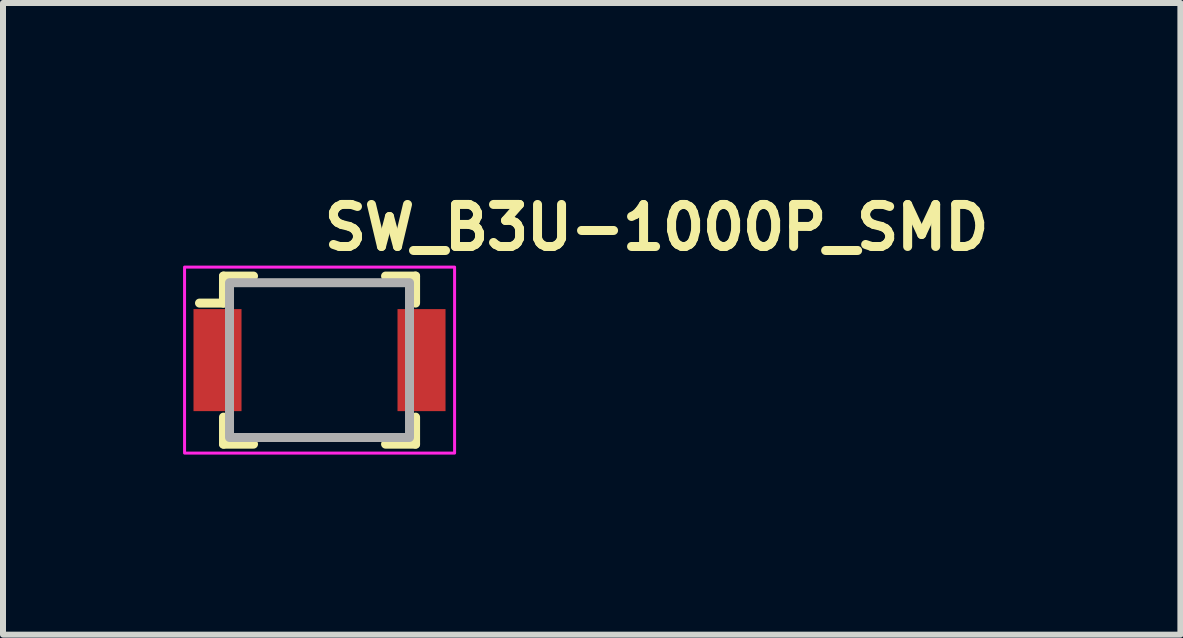
<source format=kicad_pcb>
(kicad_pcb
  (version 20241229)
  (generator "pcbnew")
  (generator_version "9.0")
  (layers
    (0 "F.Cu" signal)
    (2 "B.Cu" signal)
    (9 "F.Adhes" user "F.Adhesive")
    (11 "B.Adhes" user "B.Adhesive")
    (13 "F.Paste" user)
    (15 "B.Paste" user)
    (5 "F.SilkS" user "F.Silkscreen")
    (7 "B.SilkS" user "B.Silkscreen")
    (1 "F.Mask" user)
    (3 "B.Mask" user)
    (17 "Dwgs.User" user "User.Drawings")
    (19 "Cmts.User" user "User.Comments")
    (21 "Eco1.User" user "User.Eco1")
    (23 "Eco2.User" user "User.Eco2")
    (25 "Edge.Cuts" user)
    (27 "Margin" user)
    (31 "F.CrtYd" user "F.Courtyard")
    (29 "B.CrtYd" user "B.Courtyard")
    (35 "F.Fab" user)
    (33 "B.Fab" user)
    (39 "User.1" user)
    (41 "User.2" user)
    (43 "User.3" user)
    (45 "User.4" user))
  (footprint "SW_B3U-1000P_SMD"
    (layer "F.Cu")
    (at 2.274 2.95)
    (property "Reference" "SW_B3U-1000P_SMD" (at 0 -1.8 0) (layer "F.SilkS") (effects (font (size 0.7 0.7) (thickness 0.15)) (justify left bottom)))
    (attr smd)
    (fp_line (start -1.601 -0.95) (end -2 -0.95) (stroke (width 0.15) (type solid)) (layer "F.SilkS"))
    (fp_line (start -1.6 -1.4) (end -1.601 -0.95) (stroke (width 0.15) (type solid)) (layer "F.SilkS"))
    (fp_line (start -1.6 -1.4) (end -1.1 -1.4) (stroke (width 0.15) (type solid)) (layer "F.SilkS"))
    (fp_line (start -1.6 1.4) (end -1.6 0.95) (stroke (width 0.15) (type solid)) (layer "F.SilkS"))
    (fp_line (start -1.6 1.4) (end -1.1 1.4) (stroke (width 0.15) (type solid)) (layer "F.SilkS"))
    (fp_line (start 1.6 -1.4) (end 1.1 -1.4) (stroke (width 0.15) (type solid)) (layer "F.SilkS"))
    (fp_line (start 1.6 -1.4) (end 1.6 -0.95) (stroke (width 0.15) (type solid)) (layer "F.SilkS"))
    (fp_line (start 1.6 1.4) (end 1.1 1.4) (stroke (width 0.15) (type solid)) (layer "F.SilkS"))
    (fp_line (start 1.6 1.4) (end 1.6 0.95) (stroke (width 0.15) (type solid)) (layer "F.SilkS"))
    (fp_rect (start -2.249 -1.55) (end 2.25 1.549) (stroke (width 0.05) (type solid)) (fill no) (layer "F.CrtYd"))
    (fp_rect (start -1.5 -1.29) (end 1.499 1.289) (stroke (width 0.15) (type solid)) (fill no) (layer "F.Fab"))
    (fp_rect (start -2 -1.25) (end 1.999 1.249) (stroke (width 0.1) (type solid)) (fill no) (layer "User.5"))
    (fp_line (start -2 -0.701) (end -2 0.699) (stroke (width 0.02) (type solid)) (layer "User.9"))
    (fp_line (start -2 -0.701) (end -1.95 -0.652) (stroke (width 0.02) (type solid)) (layer "User.9"))
    (fp_line (start -2 0.699) (end -1.95 0.65) (stroke (width 0.02) (type solid)) (layer "User.9"))
    (fp_line (start -2 0.699) (end -1.5 0.699) (stroke (width 0.02) (type solid)) (layer "User.9"))
    (fp_line (start -1.5 -1) (end -1.5 -1.25) (stroke (width 0.02) (type solid)) (layer "User.9"))
    (fp_line (start -1.5 -1) (end -1.22 -1) (stroke (width 0.02) (type solid)) (layer "User.9"))
    (fp_line (start -1.5 -0.701) (end -2 -0.701) (stroke (width 0.02) (type solid)) (layer "User.9"))
    (fp_line (start -1.5 0.998) (end -1.5 -1) (stroke (width 0.02) (type solid)) (layer "User.9"))
    (fp_line (start -1.5 1.249) (end -1.5 0.998) (stroke (width 0.02) (type solid)) (layer "User.9"))
    (fp_line (start -1.22 -1.25) (end -1.5 -1.25) (stroke (width 0.02) (type solid)) (layer "User.9"))
    (fp_line (start -1.22 -1.25) (end -1.22 -1.151) (stroke (width 0.02) (type solid)) (layer "User.9"))
    (fp_line (start -1.22 -1) (end -1.22 -1.151) (stroke (width 0.02) (type solid)) (layer "User.9"))
    (fp_line (start -1.22 0.998) (end -1.5 0.998) (stroke (width 0.02) (type solid)) (layer "User.9"))
    (fp_line (start -1.22 1.148) (end -1.22 0.998) (stroke (width 0.02) (type solid)) (layer "User.9"))
    (fp_line (start -1.22 1.148) (end -1.22 1.249) (stroke (width 0.02) (type solid)) (layer "User.9"))
    (fp_line (start -1.22 1.249) (end -1.5 1.249) (stroke (width 0.02) (type solid)) (layer "User.9"))
    (fp_line (start -1.22 1.249) (end 1.219 1.249) (stroke (width 0.02) (type solid)) (layer "User.9"))
    (fp_line (start -0.802 0) (end -0.8 0.051) (stroke (width 0.02) (type solid)) (layer "User.9"))
    (fp_line (start -0.8 -0.053) (end -0.802 0) (stroke (width 0.02) (type solid)) (layer "User.9"))
    (fp_line (start -0.8 0.051) (end -0.795 0.103) (stroke (width 0.02) (type solid)) (layer "User.9"))
    (fp_line (start -0.795 -0.105) (end -0.8 -0.053) (stroke (width 0.02) (type solid)) (layer "User.9"))
    (fp_line (start -0.795 0.103) (end -0.786 0.153) (stroke (width 0.02) (type solid)) (layer "User.9"))
    (fp_line (start -0.786 -0.155) (end -0.795 -0.105) (stroke (width 0.02) (type solid)) (layer "User.9"))
    (fp_line (start -0.786 0.153) (end -0.775 0.205) (stroke (width 0.02) (type solid)) (layer "User.9"))
    (fp_line (start -0.775 -0.207) (end -0.786 -0.155) (stroke (width 0.02) (type solid)) (layer "User.9"))
    (fp_line (start -0.775 0.205) (end -0.759 0.254) (stroke (width 0.02) (type solid)) (layer "User.9"))
    (fp_line (start -0.759 -0.256) (end -0.775 -0.207) (stroke (width 0.02) (type solid)) (layer "User.9"))
    (fp_line (start -0.759 0.254) (end -0.74 0.303) (stroke (width 0.02) (type solid)) (layer "User.9"))
    (fp_line (start -0.755 -0.014) (end -0.751 -0.073) (stroke (width 0.02) (type solid)) (layer "User.9"))
    (fp_line (start -0.754 0.045) (end -0.755 -0.014) (stroke (width 0.02) (type solid)) (layer "User.9"))
    (fp_line (start -0.751 -0.073) (end -0.743 -0.133) (stroke (width 0.02) (type solid)) (layer "User.9"))
    (fp_line (start -0.747 0.105) (end -0.754 0.045) (stroke (width 0.02) (type solid)) (layer "User.9"))
    (fp_line (start -0.743 -0.133) (end -0.731 -0.189) (stroke (width 0.02) (type solid)) (layer "User.9"))
    (fp_line (start -0.74 -0.305) (end -0.759 -0.256) (stroke (width 0.02) (type solid)) (layer "User.9"))
    (fp_line (start -0.74 0.303) (end -0.718 0.351) (stroke (width 0.02) (type solid)) (layer "User.9"))
    (fp_line (start -0.737 0.165) (end -0.747 0.105) (stroke (width 0.02) (type solid)) (layer "User.9"))
    (fp_line (start -0.731 -0.189) (end -0.714 -0.246) (stroke (width 0.02) (type solid)) (layer "User.9"))
    (fp_line (start -0.721 0.225) (end -0.737 0.165) (stroke (width 0.02) (type solid)) (layer "User.9"))
    (fp_line (start -0.721 0.225) (end -0.721 0.225) (stroke (width 0.02) (type solid)) (layer "User.9"))
    (fp_line (start -0.718 -0.353) (end -0.74 -0.305) (stroke (width 0.02) (type solid)) (layer "User.9"))
    (fp_line (start -0.718 0.351) (end -0.694 0.4) (stroke (width 0.02) (type solid)) (layer "User.9"))
    (fp_line (start -0.714 -0.246) (end -0.694 -0.301) (stroke (width 0.02) (type solid)) (layer "User.9"))
    (fp_line (start -0.711 0.253) (end -0.721 0.225) (stroke (width 0.02) (type solid)) (layer "User.9"))
    (fp_line (start -0.701 0.282) (end -0.711 0.253) (stroke (width 0.02) (type solid)) (layer "User.9"))
    (fp_line (start -0.694 -0.402) (end -0.718 -0.353) (stroke (width 0.02) (type solid)) (layer "User.9"))
    (fp_line (start -0.694 -0.402) (end -0.694 -0.402) (stroke (width 0.02) (type solid)) (layer "User.9"))
    (fp_line (start -0.694 -0.301) (end -0.668 -0.354) (stroke (width 0.02) (type solid)) (layer "User.9"))
    (fp_line (start -0.694 0.4) (end -0.694 0.4) (stroke (width 0.02) (type solid)) (layer "User.9"))
    (fp_line (start -0.694 0.4) (end -0.681 0.421) (stroke (width 0.02) (type solid)) (layer "User.9"))
    (fp_line (start -0.681 0.421) (end -0.666 0.444) (stroke (width 0.02) (type solid)) (layer "User.9"))
    (fp_line (start -0.676 0.338) (end -0.701 0.282) (stroke (width 0.02) (type solid)) (layer "User.9"))
    (fp_line (start -0.668 -0.354) (end -0.637 -0.406) (stroke (width 0.02) (type solid)) (layer "User.9"))
    (fp_line (start -0.666 -0.446) (end -0.694 -0.402) (stroke (width 0.02) (type solid)) (layer "User.9"))
    (fp_line (start -0.666 0.444) (end -0.651 0.467) (stroke (width 0.02) (type solid)) (layer "User.9"))
    (fp_line (start -0.651 0.467) (end -0.634 0.487) (stroke (width 0.02) (type solid)) (layer "User.9"))
    (fp_line (start -0.647 0.39) (end -0.676 0.338) (stroke (width 0.02) (type solid)) (layer "User.9"))
    (fp_line (start -0.637 -0.406) (end -0.604 -0.455) (stroke (width 0.02) (type solid)) (layer "User.9"))
    (fp_line (start -0.634 -0.489) (end -0.666 -0.446) (stroke (width 0.02) (type solid)) (layer "User.9"))
    (fp_line (start -0.634 0.487) (end -0.618 0.507) (stroke (width 0.02) (type solid)) (layer "User.9"))
    (fp_line (start -0.618 0.507) (end -0.601 0.528) (stroke (width 0.02) (type solid)) (layer "User.9"))
    (fp_line (start -0.613 0.439) (end -0.647 0.39) (stroke (width 0.02) (type solid)) (layer "User.9"))
    (fp_line (start -0.604 -0.455) (end -0.567 -0.5) (stroke (width 0.02) (type solid)) (layer "User.9"))
    (fp_line (start -0.601 -0.53) (end -0.634 -0.489) (stroke (width 0.02) (type solid)) (layer "User.9"))
    (fp_line (start -0.601 0.528) (end -0.583 0.548) (stroke (width 0.02) (type solid)) (layer "User.9"))
    (fp_line (start -0.583 0.548) (end -0.566 0.566) (stroke (width 0.02) (type solid)) (layer "User.9"))
    (fp_line (start -0.577 0.486) (end -0.613 0.439) (stroke (width 0.02) (type solid)) (layer "User.9"))
    (fp_line (start -0.567 -0.5) (end -0.525 -0.544) (stroke (width 0.02) (type solid)) (layer "User.9"))
    (fp_line (start -0.566 -0.568) (end -0.601 -0.53) (stroke (width 0.02) (type solid)) (layer "User.9"))
    (fp_line (start -0.566 0.566) (end -0.547 0.584) (stroke (width 0.02) (type solid)) (layer "User.9"))
    (fp_line (start -0.547 0.584) (end -0.528 0.601) (stroke (width 0.02) (type solid)) (layer "User.9"))
    (fp_line (start -0.537 0.53) (end -0.577 0.486) (stroke (width 0.02) (type solid)) (layer "User.9"))
    (fp_line (start -0.528 -0.603) (end -0.566 -0.568) (stroke (width 0.02) (type solid)) (layer "User.9"))
    (fp_line (start -0.528 0.601) (end -0.507 0.618) (stroke (width 0.02) (type solid)) (layer "User.9"))
    (fp_line (start -0.525 -0.544) (end -0.48 -0.584) (stroke (width 0.02) (type solid)) (layer "User.9"))
    (fp_line (start -0.507 0.618) (end -0.487 0.634) (stroke (width 0.02) (type solid)) (layer "User.9"))
    (fp_line (start -0.493 0.571) (end -0.537 0.53) (stroke (width 0.02) (type solid)) (layer "User.9"))
    (fp_line (start -0.487 -0.636) (end -0.528 -0.603) (stroke (width 0.02) (type solid)) (layer "User.9"))
    (fp_line (start -0.487 0.634) (end -0.467 0.65) (stroke (width 0.02) (type solid)) (layer "User.9"))
    (fp_line (start -0.48 -0.584) (end -0.43 -0.621) (stroke (width 0.02) (type solid)) (layer "User.9"))
    (fp_line (start -0.467 0.65) (end -0.444 0.665) (stroke (width 0.02) (type solid)) (layer "User.9"))
    (fp_line (start -0.447 0.606) (end -0.493 0.571) (stroke (width 0.02) (type solid)) (layer "User.9"))
    (fp_line (start -0.444 -0.667) (end -0.487 -0.636) (stroke (width 0.02) (type solid)) (layer "User.9"))
    (fp_line (start -0.444 0.665) (end -0.423 0.679) (stroke (width 0.02) (type solid)) (layer "User.9"))
    (fp_line (start -0.423 0.679) (end -0.402 0.692) (stroke (width 0.02) (type solid)) (layer "User.9"))
    (fp_line (start -0.412 -0.562) (end -0.43 -0.621) (stroke (width 0.02) (type solid)) (layer "User.9"))
    (fp_line (start -0.402 -0.694) (end -0.444 -0.667) (stroke (width 0.02) (type solid)) (layer "User.9"))
    (fp_line (start -0.402 0.692) (end -0.378 0.704) (stroke (width 0.02) (type solid)) (layer "User.9"))
    (fp_line (start -0.4 0.64) (end -0.447 0.606) (stroke (width 0.02) (type solid)) (layer "User.9"))
    (fp_line (start -0.391 -0.497) (end -0.412 -0.562) (stroke (width 0.02) (type solid)) (layer "User.9"))
    (fp_line (start -0.378 0.704) (end -0.355 0.716) (stroke (width 0.02) (type solid)) (layer "User.9"))
    (fp_line (start -0.377 -0.461) (end -0.391 -0.497) (stroke (width 0.02) (type solid)) (layer "User.9"))
    (fp_line (start -0.362 -0.421) (end -0.377 -0.461) (stroke (width 0.02) (type solid)) (layer "User.9"))
    (fp_line (start -0.355 -0.718) (end -0.402 -0.694) (stroke (width 0.02) (type solid)) (layer "User.9"))
    (fp_line (start -0.355 0.716) (end -0.332 0.727) (stroke (width 0.02) (type solid)) (layer "User.9"))
    (fp_line (start -0.348 0.669) (end -0.4 0.64) (stroke (width 0.02) (type solid)) (layer "User.9"))
    (fp_line (start -0.332 0.727) (end -0.308 0.737) (stroke (width 0.02) (type solid)) (layer "User.9"))
    (fp_line (start -0.308 -0.739) (end -0.355 -0.718) (stroke (width 0.02) (type solid)) (layer "User.9"))
    (fp_line (start -0.308 0.737) (end -0.285 0.747) (stroke (width 0.02) (type solid)) (layer "User.9"))
    (fp_line (start -0.294 0.695) (end -0.348 0.669) (stroke (width 0.02) (type solid)) (layer "User.9"))
    (fp_line (start -0.285 0.747) (end -0.26 0.756) (stroke (width 0.02) (type solid)) (layer "User.9"))
    (fp_line (start -0.26 -0.758) (end -0.308 -0.739) (stroke (width 0.02) (type solid)) (layer "User.9"))
    (fp_line (start -0.26 0.756) (end -0.235 0.764) (stroke (width 0.02) (type solid)) (layer "User.9"))
    (fp_line (start -0.239 0.714) (end -0.294 0.695) (stroke (width 0.02) (type solid)) (layer "User.9"))
    (fp_line (start -0.235 0.764) (end -0.209 0.772) (stroke (width 0.02) (type solid)) (layer "User.9"))
    (fp_line (start -0.209 -0.774) (end -0.26 -0.758) (stroke (width 0.02) (type solid)) (layer "User.9"))
    (fp_line (start -0.209 0.772) (end -0.184 0.778) (stroke (width 0.02) (type solid)) (layer "User.9"))
    (fp_line (start -0.184 0.778) (end -0.158 0.784) (stroke (width 0.02) (type solid)) (layer "User.9"))
    (fp_line (start -0.181 0.731) (end -0.239 0.714) (stroke (width 0.02) (type solid)) (layer "User.9"))
    (fp_line (start -0.158 -0.786) (end -0.209 -0.774) (stroke (width 0.02) (type solid)) (layer "User.9"))
    (fp_line (start -0.158 0.784) (end -0.134 0.789) (stroke (width 0.02) (type solid)) (layer "User.9"))
    (fp_line (start -0.134 0.789) (end -0.106 0.792) (stroke (width 0.02) (type solid)) (layer "User.9"))
    (fp_line (start -0.122 0.743) (end -0.181 0.731) (stroke (width 0.02) (type solid)) (layer "User.9"))
    (fp_line (start -0.106 -0.794) (end -0.158 -0.786) (stroke (width 0.02) (type solid)) (layer "User.9"))
    (fp_line (start -0.106 0.792) (end -0.08 0.796) (stroke (width 0.02) (type solid)) (layer "User.9"))
    (fp_line (start -0.08 0.796) (end -0.054 0.798) (stroke (width 0.02) (type solid)) (layer "User.9"))
    (fp_line (start -0.062 0.75) (end -0.122 0.743) (stroke (width 0.02) (type solid)) (layer "User.9"))
    (fp_line (start -0.054 -0.8) (end -0.106 -0.794) (stroke (width 0.02) (type solid)) (layer "User.9"))
    (fp_line (start -0.054 0.798) (end -0.027 0.799) (stroke (width 0.02) (type solid)) (layer "User.9"))
    (fp_line (start -0.031 0.752) (end -0.062 0.75) (stroke (width 0.02) (type solid)) (layer "User.9"))
    (fp_line (start -0.027 0.799) (end 0 0.8) (stroke (width 0.02) (type solid)) (layer "User.9"))
    (fp_line (start 0 -0.802) (end -0.054 -0.8) (stroke (width 0.02) (type solid)) (layer "User.9"))
    (fp_line (start 0 0.753) (end -0.031 0.752) (stroke (width 0.02) (type solid)) (layer "User.9"))
    (fp_line (start 0 0.8) (end 0.052 0.798) (stroke (width 0.02) (type solid)) (layer "User.9"))
    (fp_line (start 0.026 -0.801) (end 0 -0.802) (stroke (width 0.02) (type solid)) (layer "User.9"))
    (fp_line (start 0.029 0.752) (end 0 0.753) (stroke (width 0.02) (type solid)) (layer "User.9"))
    (fp_line (start 0.052 -0.8) (end 0.026 -0.801) (stroke (width 0.02) (type solid)) (layer "User.9"))
    (fp_line (start 0.052 0.798) (end 0.104 0.792) (stroke (width 0.02) (type solid)) (layer "User.9"))
    (fp_line (start 0.06 0.75) (end 0.029 0.752) (stroke (width 0.02) (type solid)) (layer "User.9"))
    (fp_line (start 0.078 -0.798) (end 0.052 -0.8) (stroke (width 0.02) (type solid)) (layer "User.9"))
    (fp_line (start 0.09 0.747) (end 0.06 0.75) (stroke (width 0.02) (type solid)) (layer "User.9"))
    (fp_line (start 0.104 -0.794) (end 0.078 -0.798) (stroke (width 0.02) (type solid)) (layer "User.9"))
    (fp_line (start 0.104 0.792) (end 0.156 0.784) (stroke (width 0.02) (type solid)) (layer "User.9"))
    (fp_line (start 0.12 0.743) (end 0.09 0.747) (stroke (width 0.02) (type solid)) (layer "User.9"))
    (fp_line (start 0.132 -0.791) (end 0.104 -0.794) (stroke (width 0.02) (type solid)) (layer "User.9"))
    (fp_line (start 0.15 0.738) (end 0.12 0.743) (stroke (width 0.02) (type solid)) (layer "User.9"))
    (fp_line (start 0.156 -0.786) (end 0.132 -0.791) (stroke (width 0.02) (type solid)) (layer "User.9"))
    (fp_line (start 0.156 0.784) (end 0.208 0.772) (stroke (width 0.02) (type solid)) (layer "User.9"))
    (fp_line (start 0.179 0.731) (end 0.15 0.738) (stroke (width 0.02) (type solid)) (layer "User.9"))
    (fp_line (start 0.182 -0.78) (end 0.156 -0.786) (stroke (width 0.02) (type solid)) (layer "User.9"))
    (fp_line (start 0.208 -0.774) (end 0.182 -0.78) (stroke (width 0.02) (type solid)) (layer "User.9"))
    (fp_line (start 0.208 0.723) (end 0.179 0.731) (stroke (width 0.02) (type solid)) (layer "User.9"))
    (fp_line (start 0.208 0.772) (end 0.258 0.756) (stroke (width 0.02) (type solid)) (layer "User.9"))
    (fp_line (start 0.233 -0.766) (end 0.208 -0.774) (stroke (width 0.02) (type solid)) (layer "User.9"))
    (fp_line (start 0.237 0.714) (end 0.208 0.723) (stroke (width 0.02) (type solid)) (layer "User.9"))
    (fp_line (start 0.258 -0.758) (end 0.233 -0.766) (stroke (width 0.02) (type solid)) (layer "User.9"))
    (fp_line (start 0.258 0.756) (end 0.306 0.737) (stroke (width 0.02) (type solid)) (layer "User.9"))
    (fp_line (start 0.265 0.705) (end 0.237 0.714) (stroke (width 0.02) (type solid)) (layer "User.9"))
    (fp_line (start 0.283 -0.749) (end 0.258 -0.758) (stroke (width 0.02) (type solid)) (layer "User.9"))
    (fp_line (start 0.292 0.695) (end 0.265 0.705) (stroke (width 0.02) (type solid)) (layer "User.9"))
    (fp_line (start 0.306 -0.739) (end 0.283 -0.749) (stroke (width 0.02) (type solid)) (layer "User.9"))
    (fp_line (start 0.306 0.737) (end 0.353 0.716) (stroke (width 0.02) (type solid)) (layer "User.9"))
    (fp_line (start 0.32 0.683) (end 0.292 0.695) (stroke (width 0.02) (type solid)) (layer "User.9"))
    (fp_line (start 0.33 -0.729) (end 0.306 -0.739) (stroke (width 0.02) (type solid)) (layer "User.9"))
    (fp_line (start 0.346 0.669) (end 0.32 0.683) (stroke (width 0.02) (type solid)) (layer "User.9"))
    (fp_line (start 0.353 -0.718) (end 0.33 -0.729) (stroke (width 0.02) (type solid)) (layer "User.9"))
    (fp_line (start 0.353 0.716) (end 0.4 0.692) (stroke (width 0.02) (type solid)) (layer "User.9"))
    (fp_line (start 0.371 0.655) (end 0.346 0.669) (stroke (width 0.02) (type solid)) (layer "User.9"))
    (fp_line (start 0.375 -0.461) (end 0.36 -0.421) (stroke (width 0.02) (type solid)) (layer "User.9"))
    (fp_line (start 0.376 -0.706) (end 0.353 -0.718) (stroke (width 0.02) (type solid)) (layer "User.9"))
    (fp_line (start 0.389 -0.497) (end 0.375 -0.461) (stroke (width 0.02) (type solid)) (layer "User.9"))
    (fp_line (start 0.398 0.64) (end 0.371 0.655) (stroke (width 0.02) (type solid)) (layer "User.9"))
    (fp_line (start 0.4 -0.694) (end 0.376 -0.706) (stroke (width 0.02) (type solid)) (layer "User.9"))
    (fp_line (start 0.4 -0.532) (end 0.389 -0.497) (stroke (width 0.02) (type solid)) (layer "User.9"))
    (fp_line (start 0.4 0.692) (end 0.442 0.665) (stroke (width 0.02) (type solid)) (layer "User.9"))
    (fp_line (start 0.41 -0.562) (end 0.4 -0.532) (stroke (width 0.02) (type solid)) (layer "User.9"))
    (fp_line (start 0.421 -0.681) (end 0.4 -0.694) (stroke (width 0.02) (type solid)) (layer "User.9"))
    (fp_line (start 0.421 0.623) (end 0.398 0.64) (stroke (width 0.02) (type solid)) (layer "User.9"))
    (fp_line (start 0.423 -0.605) (end 0.41 -0.562) (stroke (width 0.02) (type solid)) (layer "User.9"))
    (fp_line (start 0.428 -0.621) (end -0.43 -0.621) (stroke (width 0.02) (type solid)) (layer "User.9"))
    (fp_line (start 0.428 -0.621) (end 0.423 -0.605) (stroke (width 0.02) (type solid)) (layer "User.9"))
    (fp_line (start 0.428 -0.621) (end 0.454 -0.603) (stroke (width 0.02) (type solid)) (layer "User.9"))
    (fp_line (start 0.442 -0.667) (end 0.421 -0.681) (stroke (width 0.02) (type solid)) (layer "User.9"))
    (fp_line (start 0.442 0.665) (end 0.485 0.634) (stroke (width 0.02) (type solid)) (layer "User.9"))
    (fp_line (start 0.445 0.606) (end 0.421 0.623) (stroke (width 0.02) (type solid)) (layer "User.9"))
    (fp_line (start 0.454 -0.603) (end 0.478 -0.584) (stroke (width 0.02) (type solid)) (layer "User.9"))
    (fp_line (start 0.465 -0.652) (end 0.442 -0.667) (stroke (width 0.02) (type solid)) (layer "User.9"))
    (fp_line (start 0.47 0.588) (end 0.445 0.606) (stroke (width 0.02) (type solid)) (layer "User.9"))
    (fp_line (start 0.478 -0.584) (end 0.5 -0.565) (stroke (width 0.02) (type solid)) (layer "User.9"))
    (fp_line (start 0.485 -0.636) (end 0.465 -0.652) (stroke (width 0.02) (type solid)) (layer "User.9"))
    (fp_line (start 0.485 0.634) (end 0.526 0.601) (stroke (width 0.02) (type solid)) (layer "User.9"))
    (fp_line (start 0.491 0.571) (end 0.47 0.588) (stroke (width 0.02) (type solid)) (layer "User.9"))
    (fp_line (start 0.5 -0.565) (end 0.523 -0.544) (stroke (width 0.02) (type solid)) (layer "User.9"))
    (fp_line (start 0.505 -0.62) (end 0.485 -0.636) (stroke (width 0.02) (type solid)) (layer "User.9"))
    (fp_line (start 0.514 0.551) (end 0.491 0.571) (stroke (width 0.02) (type solid)) (layer "User.9"))
    (fp_line (start 0.523 -0.544) (end 0.545 -0.523) (stroke (width 0.02) (type solid)) (layer "User.9"))
    (fp_line (start 0.526 -0.603) (end 0.505 -0.62) (stroke (width 0.02) (type solid)) (layer "User.9"))
    (fp_line (start 0.526 0.601) (end 0.564 0.566) (stroke (width 0.02) (type solid)) (layer "User.9"))
    (fp_line (start 0.535 0.53) (end 0.514 0.551) (stroke (width 0.02) (type solid)) (layer "User.9"))
    (fp_line (start 0.545 -0.586) (end 0.526 -0.603) (stroke (width 0.02) (type solid)) (layer "User.9"))
    (fp_line (start 0.545 -0.523) (end 0.565 -0.5) (stroke (width 0.02) (type solid)) (layer "User.9"))
    (fp_line (start 0.556 0.508) (end 0.535 0.53) (stroke (width 0.02) (type solid)) (layer "User.9"))
    (fp_line (start 0.564 -0.568) (end 0.545 -0.586) (stroke (width 0.02) (type solid)) (layer "User.9"))
    (fp_line (start 0.564 0.566) (end 0.599 0.528) (stroke (width 0.02) (type solid)) (layer "User.9"))
    (fp_line (start 0.565 -0.5) (end 0.583 -0.478) (stroke (width 0.02) (type solid)) (layer "User.9"))
    (fp_line (start 0.575 0.486) (end 0.556 0.508) (stroke (width 0.02) (type solid)) (layer "User.9"))
    (fp_line (start 0.581 -0.55) (end 0.564 -0.568) (stroke (width 0.02) (type solid)) (layer "User.9"))
    (fp_line (start 0.583 -0.478) (end 0.602 -0.455) (stroke (width 0.02) (type solid)) (layer "User.9"))
    (fp_line (start 0.593 0.464) (end 0.575 0.486) (stroke (width 0.02) (type solid)) (layer "User.9"))
    (fp_line (start 0.599 -0.53) (end 0.581 -0.55) (stroke (width 0.02) (type solid)) (layer "User.9"))
    (fp_line (start 0.599 0.528) (end 0.632 0.487) (stroke (width 0.02) (type solid)) (layer "User.9"))
    (fp_line (start 0.602 -0.455) (end 0.619 -0.43) (stroke (width 0.02) (type solid)) (layer "User.9"))
    (fp_line (start 0.611 0.439) (end 0.593 0.464) (stroke (width 0.02) (type solid)) (layer "User.9"))
    (fp_line (start 0.616 -0.509) (end 0.599 -0.53) (stroke (width 0.02) (type solid)) (layer "User.9"))
    (fp_line (start 0.619 -0.43) (end 0.635 -0.406) (stroke (width 0.02) (type solid)) (layer "User.9"))
    (fp_line (start 0.628 0.416) (end 0.611 0.439) (stroke (width 0.02) (type solid)) (layer "User.9"))
    (fp_line (start 0.632 -0.489) (end 0.616 -0.509) (stroke (width 0.02) (type solid)) (layer "User.9"))
    (fp_line (start 0.632 0.487) (end 0.664 0.444) (stroke (width 0.02) (type solid)) (layer "User.9"))
    (fp_line (start 0.635 -0.406) (end 0.652 -0.38) (stroke (width 0.02) (type solid)) (layer "User.9"))
    (fp_line (start 0.645 0.39) (end 0.628 0.416) (stroke (width 0.02) (type solid)) (layer "User.9"))
    (fp_line (start 0.649 -0.469) (end 0.632 -0.489) (stroke (width 0.02) (type solid)) (layer "User.9"))
    (fp_line (start 0.652 -0.38) (end 0.666 -0.354) (stroke (width 0.02) (type solid)) (layer "User.9"))
    (fp_line (start 0.66 0.363) (end 0.645 0.39) (stroke (width 0.02) (type solid)) (layer "User.9"))
    (fp_line (start 0.664 -0.446) (end 0.649 -0.469) (stroke (width 0.02) (type solid)) (layer "User.9"))
    (fp_line (start 0.664 0.444) (end 0.692 0.4) (stroke (width 0.02) (type solid)) (layer "User.9"))
    (fp_line (start 0.666 -0.354) (end 0.679 -0.328) (stroke (width 0.02) (type solid)) (layer "User.9"))
    (fp_line (start 0.674 0.338) (end 0.66 0.363) (stroke (width 0.02) (type solid)) (layer "User.9"))
    (fp_line (start 0.679 -0.423) (end 0.664 -0.446) (stroke (width 0.02) (type solid)) (layer "User.9"))
    (fp_line (start 0.679 -0.328) (end 0.692 -0.301) (stroke (width 0.02) (type solid)) (layer "User.9"))
    (fp_line (start 0.687 0.309) (end 0.674 0.338) (stroke (width 0.02) (type solid)) (layer "User.9"))
    (fp_line (start 0.692 -0.402) (end 0.679 -0.423) (stroke (width 0.02) (type solid)) (layer "User.9"))
    (fp_line (start 0.692 -0.402) (end 0.692 -0.402) (stroke (width 0.02) (type solid)) (layer "User.9"))
    (fp_line (start 0.692 -0.301) (end 0.703 -0.274) (stroke (width 0.02) (type solid)) (layer "User.9"))
    (fp_line (start 0.692 0.4) (end 0.692 0.4) (stroke (width 0.02) (type solid)) (layer "User.9"))
    (fp_line (start 0.692 0.4) (end 0.716 0.351) (stroke (width 0.02) (type solid)) (layer "User.9"))
    (fp_line (start 0.699 0.282) (end 0.687 0.309) (stroke (width 0.02) (type solid)) (layer "User.9"))
    (fp_line (start 0.703 -0.274) (end 0.712 -0.246) (stroke (width 0.02) (type solid)) (layer "User.9"))
    (fp_line (start 0.709 0.253) (end 0.699 0.282) (stroke (width 0.02) (type solid)) (layer "User.9"))
    (fp_line (start 0.712 -0.246) (end 0.721 -0.218) (stroke (width 0.02) (type solid)) (layer "User.9"))
    (fp_line (start 0.716 -0.353) (end 0.692 -0.402) (stroke (width 0.02) (type solid)) (layer "User.9"))
    (fp_line (start 0.716 0.351) (end 0.738 0.303) (stroke (width 0.02) (type solid)) (layer "User.9"))
    (fp_line (start 0.719 0.225) (end 0.709 0.253) (stroke (width 0.02) (type solid)) (layer "User.9"))
    (fp_line (start 0.719 0.225) (end 0.719 0.225) (stroke (width 0.02) (type solid)) (layer "User.9"))
    (fp_line (start 0.721 -0.218) (end 0.729 -0.189) (stroke (width 0.02) (type solid)) (layer "User.9"))
    (fp_line (start 0.727 0.195) (end 0.719 0.225) (stroke (width 0.02) (type solid)) (layer "User.9"))
    (fp_line (start 0.729 -0.189) (end 0.736 -0.162) (stroke (width 0.02) (type solid)) (layer "User.9"))
    (fp_line (start 0.735 0.165) (end 0.727 0.195) (stroke (width 0.02) (type solid)) (layer "User.9"))
    (fp_line (start 0.736 -0.162) (end 0.741 -0.133) (stroke (width 0.02) (type solid)) (layer "User.9"))
    (fp_line (start 0.738 -0.305) (end 0.716 -0.353) (stroke (width 0.02) (type solid)) (layer "User.9"))
    (fp_line (start 0.738 0.303) (end 0.757 0.254) (stroke (width 0.02) (type solid)) (layer "User.9"))
    (fp_line (start 0.741 -0.133) (end 0.746 -0.104) (stroke (width 0.02) (type solid)) (layer "User.9"))
    (fp_line (start 0.741 0.135) (end 0.735 0.165) (stroke (width 0.02) (type solid)) (layer "User.9"))
    (fp_line (start 0.745 0.105) (end 0.741 0.135) (stroke (width 0.02) (type solid)) (layer "User.9"))
    (fp_line (start 0.746 -0.104) (end 0.749 -0.073) (stroke (width 0.02) (type solid)) (layer "User.9"))
    (fp_line (start 0.749 -0.073) (end 0.752 -0.044) (stroke (width 0.02) (type solid)) (layer "User.9"))
    (fp_line (start 0.749 0.075) (end 0.745 0.105) (stroke (width 0.02) (type solid)) (layer "User.9"))
    (fp_line (start 0.752 -0.044) (end 0.753 -0.014) (stroke (width 0.02) (type solid)) (layer "User.9"))
    (fp_line (start 0.752 0.045) (end 0.749 0.075) (stroke (width 0.02) (type solid)) (layer "User.9"))
    (fp_line (start 0.753 -0.014) (end 0.753 0.016) (stroke (width 0.02) (type solid)) (layer "User.9"))
    (fp_line (start 0.753 0.016) (end 0.752 0.045) (stroke (width 0.02) (type solid)) (layer "User.9"))
    (fp_line (start 0.757 -0.256) (end 0.738 -0.305) (stroke (width 0.02) (type solid)) (layer "User.9"))
    (fp_line (start 0.757 0.254) (end 0.773 0.205) (stroke (width 0.02) (type solid)) (layer "User.9"))
    (fp_line (start 0.773 -0.207) (end 0.757 -0.256) (stroke (width 0.02) (type solid)) (layer "User.9"))
    (fp_line (start 0.773 0.205) (end 0.784 0.153) (stroke (width 0.02) (type solid)) (layer "User.9"))
    (fp_line (start 0.784 -0.155) (end 0.773 -0.207) (stroke (width 0.02) (type solid)) (layer "User.9"))
    (fp_line (start 0.784 0.153) (end 0.793 0.103) (stroke (width 0.02) (type solid)) (layer "User.9"))
    (fp_line (start 0.793 -0.105) (end 0.784 -0.155) (stroke (width 0.02) (type solid)) (layer "User.9"))
    (fp_line (start 0.793 0.103) (end 0.798 0.051) (stroke (width 0.02) (type solid)) (layer "User.9"))
    (fp_line (start 0.798 -0.053) (end 0.793 -0.105) (stroke (width 0.02) (type solid)) (layer "User.9"))
    (fp_line (start 0.798 0.051) (end 0.8 0) (stroke (width 0.02) (type solid)) (layer "User.9"))
    (fp_line (start 0.8 0) (end 0.798 -0.053) (stroke (width 0.02) (type solid)) (layer "User.9"))
    (fp_line (start 1.219 -1.25) (end -1.22 -1.25) (stroke (width 0.02) (type solid)) (layer "User.9"))
    (fp_line (start 1.219 -1.25) (end 1.219 -1.151) (stroke (width 0.02) (type solid)) (layer "User.9"))
    (fp_line (start 1.219 -1.151) (end 1.219 -1) (stroke (width 0.02) (type solid)) (layer "User.9"))
    (fp_line (start 1.219 -1) (end 1.499 -1) (stroke (width 0.02) (type solid)) (layer "User.9"))
    (fp_line (start 1.219 0.998) (end 1.219 1.148) (stroke (width 0.02) (type solid)) (layer "User.9"))
    (fp_line (start 1.219 1.249) (end 1.219 1.148) (stroke (width 0.02) (type solid)) (layer "User.9"))
    (fp_line (start 1.219 1.249) (end 1.499 1.249) (stroke (width 0.02) (type solid)) (layer "User.9"))
    (fp_line (start 1.499 -1.25) (end 1.219 -1.25) (stroke (width 0.02) (type solid)) (layer "User.9"))
    (fp_line (start 1.499 -1.25) (end 1.499 -1) (stroke (width 0.02) (type solid)) (layer "User.9"))
    (fp_line (start 1.499 -1) (end 1.499 0.998) (stroke (width 0.02) (type solid)) (layer "User.9"))
    (fp_line (start 1.499 0.699) (end 1.999 0.699) (stroke (width 0.02) (type solid)) (layer "User.9"))
    (fp_line (start 1.499 0.998) (end 1.219 0.998) (stroke (width 0.02) (type solid)) (layer "User.9"))
    (fp_line (start 1.499 0.998) (end 1.499 1.249) (stroke (width 0.02) (type solid)) (layer "User.9"))
    (fp_line (start 1.999 -0.701) (end 1.499 -0.701) (stroke (width 0.02) (type solid)) (layer "User.9"))
    (fp_line (start 1.999 -0.701) (end 1.949 -0.652) (stroke (width 0.02) (type solid)) (layer "User.9"))
    (fp_line (start 1.999 0.699) (end 1.949 0.65) (stroke (width 0.02) (type solid)) (layer "User.9"))
    (fp_line (start 1.999 0.699) (end 1.999 -0.701) (stroke (width 0.02) (type solid)) (layer "User.9"))
    (pad "1" smd rect (at -1.7 0) (size 0.8 1.7) (layers "F.Cu" "F.Mask" "F.Paste"))
    (pad "2" smd rect (at 1.699 0) (size 0.8 1.7) (layers "F.Cu" "F.Mask" "F.Paste")))
  (gr_rect
    (start -3 -3)
    (end 16.617 7.524)
    (stroke (width 0.1) (type default))
    (fill no)
    (layer "Edge.Cuts")))
</source>
